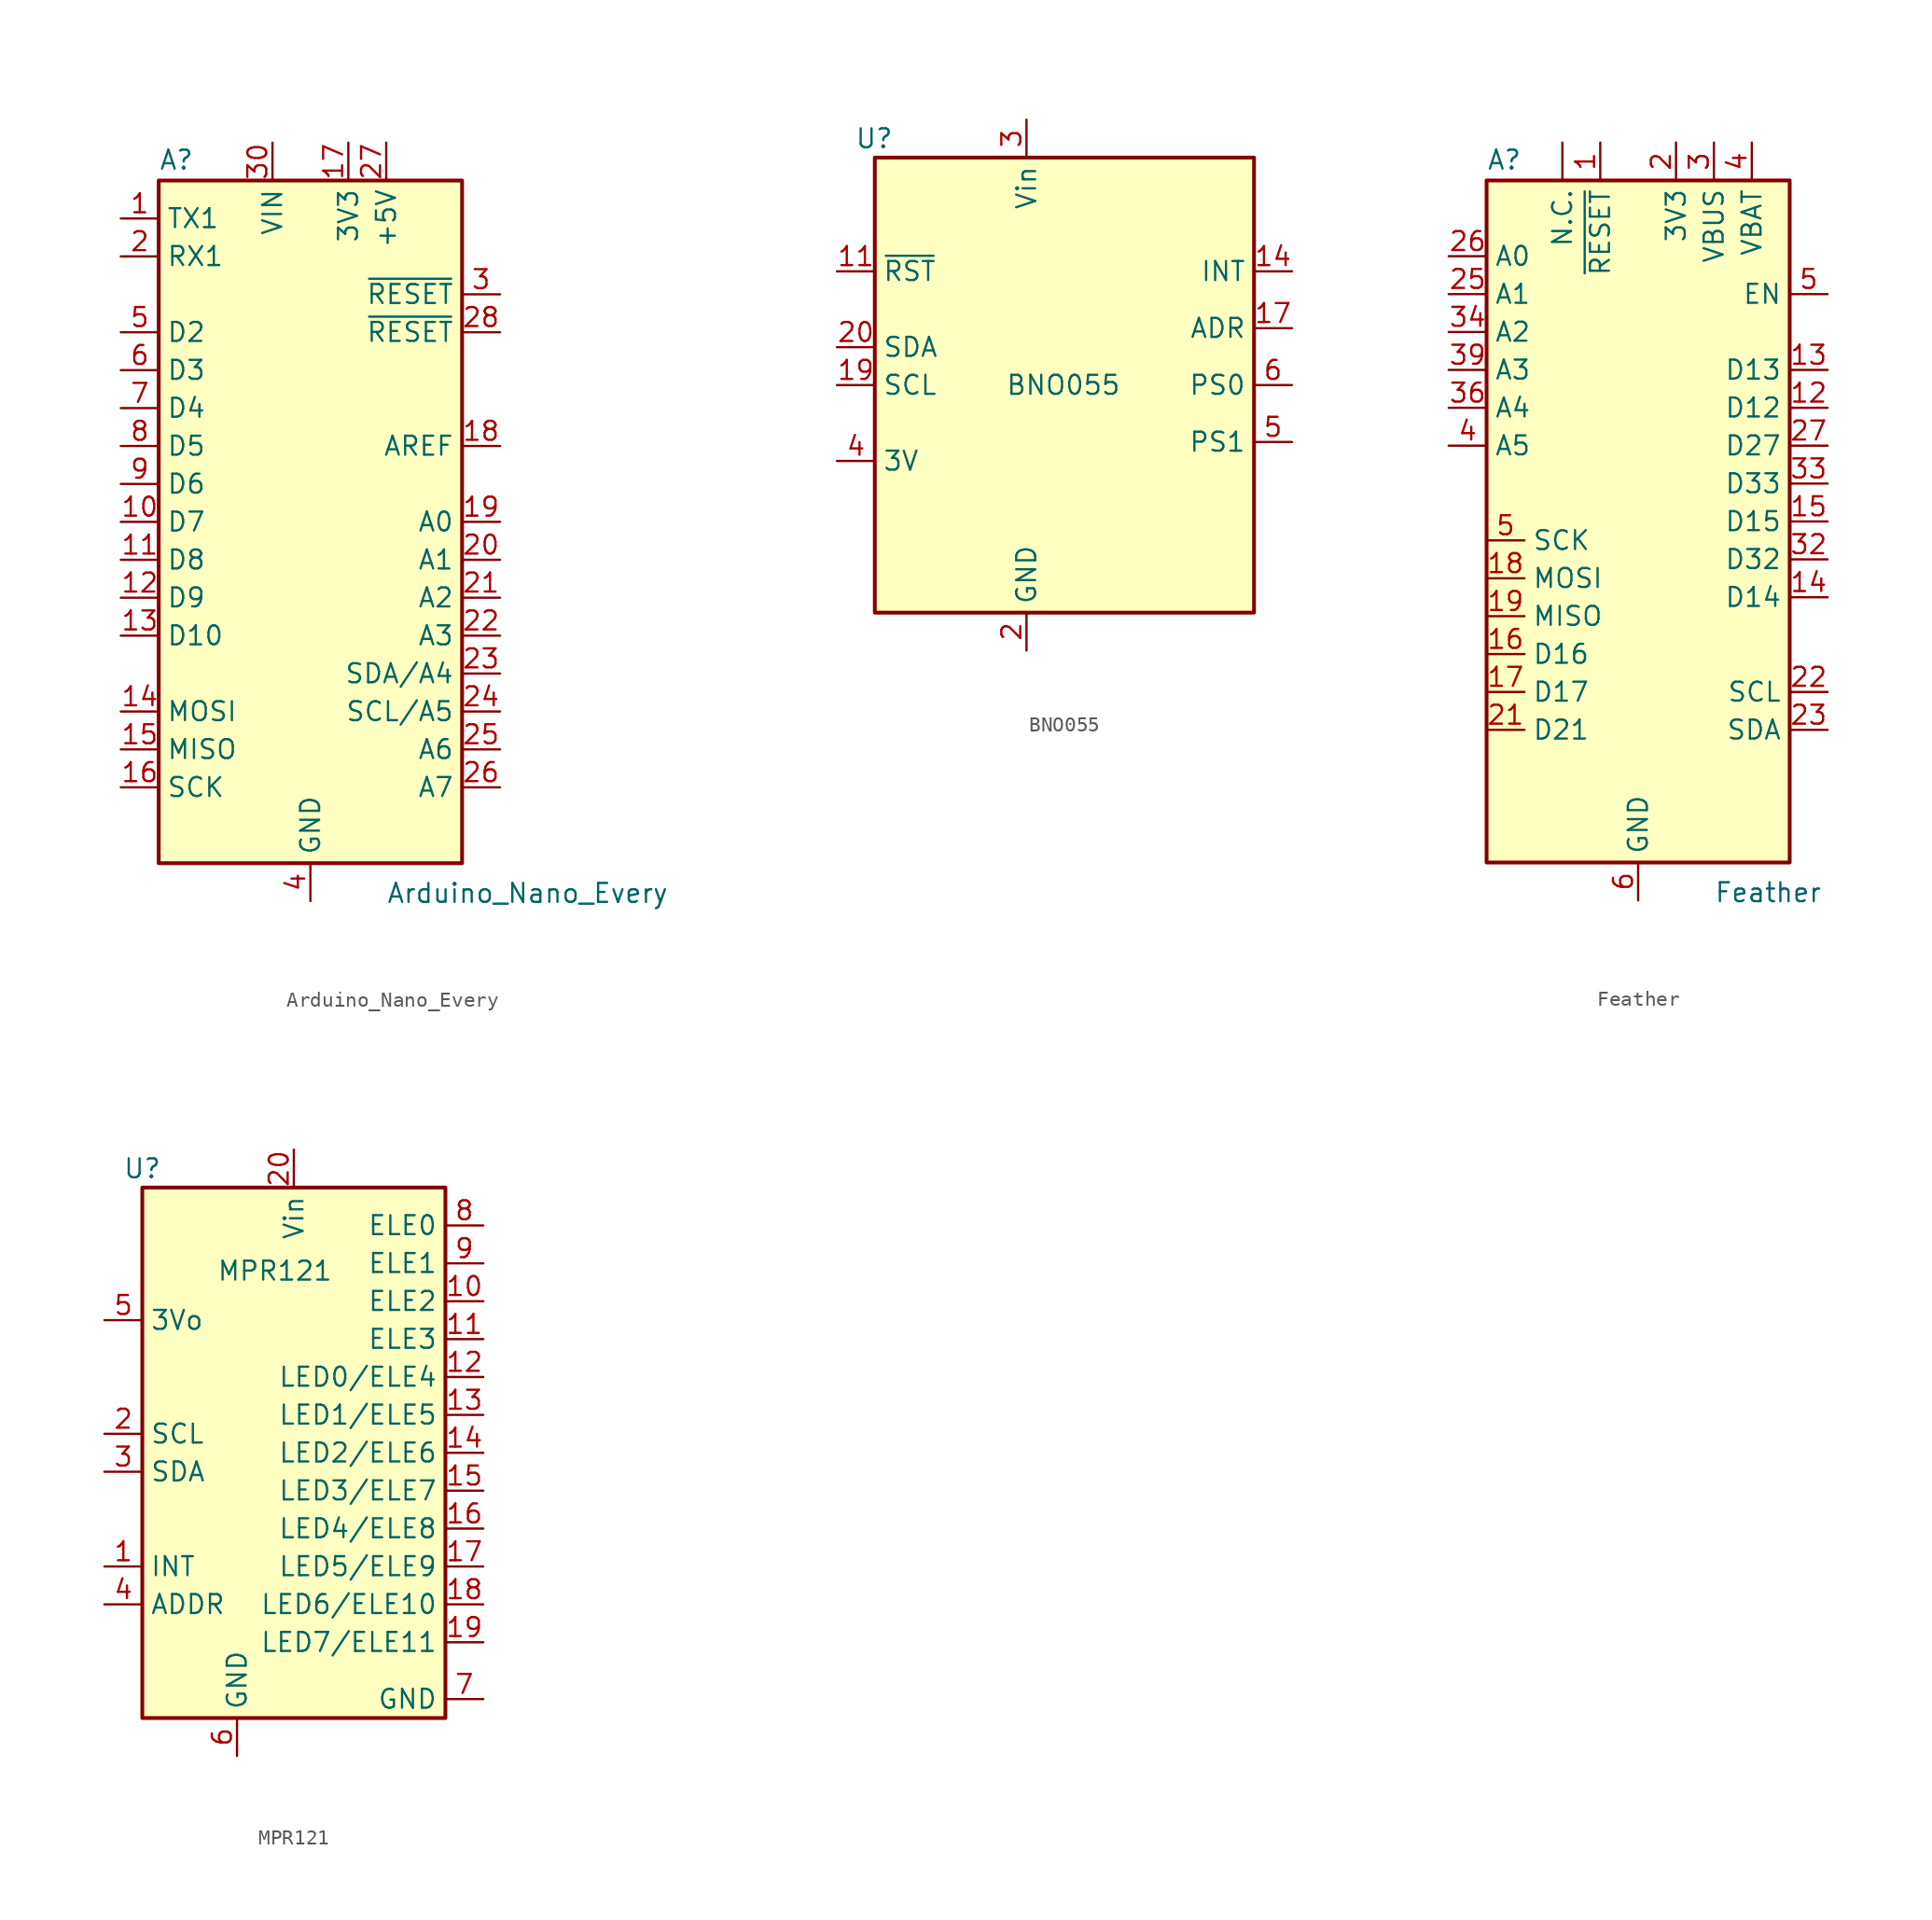
<source format=kicad_sym>
(kicad_symbol_lib
  (version 20231120)
  (generator "kicad_symbol_editor")
  (generator_version "8.0")
  (symbol "Arduino_Nano_Every"
    (property "Reference" "A"
      (at -10.16 23.495 0)
      (effects (font (size 1.27 1.27)) (justify left bottom)))
    (property "Value" "Arduino_Nano_Every"
      (at 5.08 -24.13 0)
      (effects (font (size 1.27 1.27)) (justify left top)))
    (symbol "Arduino_Nano_Every_0_1"
      (rectangle (start -10.16 22.86) (end 10.16 -22.86) (stroke (width 0.254) (type default)) (fill (type background))))
    (symbol "Arduino_Nano_Every_1_1"
      (pin bidirectional line (at -12.7 20.32 0) (length 2.54) (name "TX1" (effects (font (size 1.27 1.27)))) (number "1" (effects (font (size 1.27 1.27)))))
      (pin bidirectional line (at -12.7 0 0) (length 2.54) (name "D7" (effects (font (size 1.27 1.27)))) (number "10" (effects (font (size 1.27 1.27)))))
      (pin bidirectional line (at -12.7 -2.54 0) (length 2.54) (name "D8" (effects (font (size 1.27 1.27)))) (number "11" (effects (font (size 1.27 1.27)))))
      (pin bidirectional line (at -12.7 -5.08 0) (length 2.54) (name "D9" (effects (font (size 1.27 1.27)))) (number "12" (effects (font (size 1.27 1.27)))))
      (pin bidirectional line (at -12.7 -7.62 0) (length 2.54) (name "D10" (effects (font (size 1.27 1.27)))) (number "13" (effects (font (size 1.27 1.27)))))
      (pin bidirectional line (at -12.7 -12.7 0) (length 2.54) (name "MOSI" (effects (font (size 1.27 1.27)))) (number "14" (effects (font (size 1.27 1.27)))))
      (pin bidirectional line (at -12.7 -15.24 0) (length 2.54) (name "MISO" (effects (font (size 1.27 1.27)))) (number "15" (effects (font (size 1.27 1.27)))))
      (pin bidirectional line (at -12.7 -17.78 0) (length 2.54) (name "SCK" (effects (font (size 1.27 1.27)))) (number "16" (effects (font (size 1.27 1.27)))))
      (pin power_out line (at 2.54 25.4 270) (length 2.54) (name "3V3" (effects (font (size 1.27 1.27)))) (number "17" (effects (font (size 1.27 1.27)))))
      (pin input line (at 12.7 5.08 180) (length 2.54) (name "AREF" (effects (font (size 1.27 1.27)))) (number "18" (effects (font (size 1.27 1.27)))))
      (pin bidirectional line (at 12.7 0 180) (length 2.54) (name "A0" (effects (font (size 1.27 1.27)))) (number "19" (effects (font (size 1.27 1.27)))))
      (pin bidirectional line (at -12.7 17.78 0) (length 2.54) (name "RX1" (effects (font (size 1.27 1.27)))) (number "2" (effects (font (size 1.27 1.27)))))
      (pin bidirectional line (at 12.7 -2.54 180) (length 2.54) (name "A1" (effects (font (size 1.27 1.27)))) (number "20" (effects (font (size 1.27 1.27)))))
      (pin bidirectional line (at 12.7 -5.08 180) (length 2.54) (name "A2" (effects (font (size 1.27 1.27)))) (number "21" (effects (font (size 1.27 1.27)))))
      (pin bidirectional line (at 12.7 -7.62 180) (length 2.54) (name "A3" (effects (font (size 1.27 1.27)))) (number "22" (effects (font (size 1.27 1.27)))))
      (pin bidirectional line (at 12.7 -10.16 180) (length 2.54) (name "SDA/A4" (effects (font (size 1.27 1.27)))) (number "23" (effects (font (size 1.27 1.27)))))
      (pin bidirectional line (at 12.7 -12.7 180) (length 2.54) (name "SCL/A5" (effects (font (size 1.27 1.27)))) (number "24" (effects (font (size 1.27 1.27)))))
      (pin bidirectional line (at 12.7 -15.24 180) (length 2.54) (name "A6" (effects (font (size 1.27 1.27)))) (number "25" (effects (font (size 1.27 1.27)))))
      (pin bidirectional line (at 12.7 -17.78 180) (length 2.54) (name "A7" (effects (font (size 1.27 1.27)))) (number "26" (effects (font (size 1.27 1.27)))))
      (pin power_out line (at 5.08 25.4 270) (length 2.54) (name "+5V" (effects (font (size 1.27 1.27)))) (number "27" (effects (font (size 1.27 1.27)))))
      (pin input line (at 12.7 12.7 180) (length 2.54) (name "~{RESET}" (effects (font (size 1.27 1.27)))) (number "28" (effects (font (size 1.27 1.27)))))
      (pin passive line (at 0 -25.4 90) (length 2.54) hide (name "GND" (effects (font (size 1.27 1.27)))) (number "29" (effects (font (size 1.27 1.27)))))
      (pin input line (at 12.7 15.24 180) (length 2.54) (name "~{RESET}" (effects (font (size 1.27 1.27)))) (number "3" (effects (font (size 1.27 1.27)))))
      (pin power_in line (at -2.54 25.4 270) (length 2.54) (name "VIN" (effects (font (size 1.27 1.27)))) (number "30" (effects (font (size 1.27 1.27)))))
      (pin power_in line (at 0 -25.4 90) (length 2.54) (name "GND" (effects (font (size 1.27 1.27)))) (number "4" (effects (font (size 1.27 1.27)))))
      (pin bidirectional line (at -12.7 12.7 0) (length 2.54) (name "D2" (effects (font (size 1.27 1.27)))) (number "5" (effects (font (size 1.27 1.27)))))
      (pin bidirectional line (at -12.7 10.16 0) (length 2.54) (name "D3" (effects (font (size 1.27 1.27)))) (number "6" (effects (font (size 1.27 1.27)))))
      (pin bidirectional line (at -12.7 7.62 0) (length 2.54) (name "D4" (effects (font (size 1.27 1.27)))) (number "7" (effects (font (size 1.27 1.27)))))
      (pin bidirectional line (at -12.7 5.08 0) (length 2.54) (name "D5" (effects (font (size 1.27 1.27)))) (number "8" (effects (font (size 1.27 1.27)))))
      (pin bidirectional line (at -12.7 2.54 0) (length 2.54) (name "D6" (effects (font (size 1.27 1.27)))) (number "9" (effects (font (size 1.27 1.27)))))))
  (symbol "BNO055"
    (property "Reference" "U"
      (at -11.43 16.51 0)
      (effects (font (size 1.27 1.27)) (justify right)))
    (property "Value" "BNO055"
      (at 3.81 0 0)
      (effects (font (size 1.27 1.27)) (justify right)))
    (symbol "BNO055_0_1"
      (rectangle (start -12.7 15.24) (end 12.7 -15.24) (stroke (width 0.254) (type default)) (fill (type background))))
    (symbol "BNO055_1_1"
      (pin input line (at -15.24 7.62 0) (length 2.54) (name "~{RST}" (effects (font (size 1.27 1.27)))) (number "11" (effects (font (size 1.27 1.27)))))
      (pin output line (at 15.24 7.62 180) (length 2.54) (name "INT" (effects (font (size 1.27 1.27)))) (number "14" (effects (font (size 1.27 1.27)))))
      (pin output line (at 15.24 3.81 180) (length 2.54) (name "ADR" (effects (font (size 1.27 1.27)))) (number "17" (effects (font (size 1.27 1.27)))))
      (pin output line (at -15.24 0 0) (length 2.54) (name "SCL" (effects (font (size 1.27 1.27)))) (number "19" (effects (font (size 1.27 1.27)))))
      (pin power_in line (at -2.54 -17.78 90) (length 2.54) (name "GND" (effects (font (size 1.27 1.27)))) (number "2" (effects (font (size 1.27 1.27)))))
      (pin output line (at -15.24 2.54 0) (length 2.54) (name "SDA" (effects (font (size 1.27 1.27)))) (number "20" (effects (font (size 1.27 1.27)))))
      (pin power_in line (at -2.54 17.78 270) (length 2.54) (name "Vin" (effects (font (size 1.27 1.27)))) (number "3" (effects (font (size 1.27 1.27)))))
      (pin output line (at -15.24 -5.08 0) (length 2.54) (name "3V" (effects (font (size 1.27 1.27)))) (number "4" (effects (font (size 1.27 1.27)))))
      (pin output line (at 15.24 -3.81 180) (length 2.54) (name "PS1" (effects (font (size 1.27 1.27)))) (number "5" (effects (font (size 1.27 1.27)))))
      (pin output line (at 15.24 0 180) (length 2.54) (name "PS0" (effects (font (size 1.27 1.27)))) (number "6" (effects (font (size 1.27 1.27)))))))
  (symbol "Feather"
    (property "Reference" "A"
      (at -10.16 23.495 0)
      (effects (font (size 1.27 1.27)) (justify left bottom)))
    (property "Value" "Feather"
      (at 5.08 -24.13 0)
      (effects (font (size 1.27 1.27)) (justify left top)))
    (symbol "Feather_0_1"
      (rectangle (start -10.16 22.86) (end 10.16 -22.86) (stroke (width 0.254) (type default)) (fill (type background))))
    (symbol "Feather_1_1"
      (pin input line (at -5.08 25.4 270) (length 2.54) (name "N.C." (effects (font (size 1.27 1.27)))) (number "" (effects (font (size 1.27 1.27)))))
      (pin input line (at -2.54 25.4 270) (length 2.54) (name "~{RESET}" (effects (font (size 1.27 1.27)))) (number "1" (effects (font (size 1.27 1.27)))))
      (pin bidirectional line (at 12.7 7.62 180) (length 2.54) (name "D12" (effects (font (size 1.27 1.27)))) (number "12" (effects (font (size 1.27 1.27)))))
      (pin bidirectional line (at 12.7 10.16 180) (length 2.54) (name "D13" (effects (font (size 1.27 1.27)))) (number "13" (effects (font (size 1.27 1.27)))))
      (pin bidirectional line (at 12.7 -5.08 180) (length 2.54) (name "D14" (effects (font (size 1.27 1.27)))) (number "14" (effects (font (size 1.27 1.27)))))
      (pin bidirectional line (at 12.7 0 180) (length 2.54) (name "D15" (effects (font (size 1.27 1.27)))) (number "15" (effects (font (size 1.27 1.27)))))
      (pin bidirectional line (at -10.16 -8.89 0) (length 2.54) (name "D16" (effects (font (size 1.27 1.27)))) (number "16" (effects (font (size 1.27 1.27)))))
      (pin bidirectional line (at -10.16 -11.43 0) (length 2.54) (name "D17" (effects (font (size 1.27 1.27)))) (number "17" (effects (font (size 1.27 1.27)))))
      (pin bidirectional line (at -10.16 -3.81 0) (length 2.54) (name "MOSI" (effects (font (size 1.27 1.27)))) (number "18" (effects (font (size 1.27 1.27)))))
      (pin bidirectional line (at -10.16 -6.35 0) (length 2.54) (name "MISO" (effects (font (size 1.27 1.27)))) (number "19" (effects (font (size 1.27 1.27)))))
      (pin power_out line (at 2.54 25.4 270) (length 2.54) (name "3V3" (effects (font (size 1.27 1.27)))) (number "2" (effects (font (size 1.27 1.27)))))
      (pin bidirectional line (at -10.16 -13.97 0) (length 2.54) (name "D21" (effects (font (size 1.27 1.27)))) (number "21" (effects (font (size 1.27 1.27)))))
      (pin bidirectional line (at 12.7 -11.43 180) (length 2.54) (name "SCL" (effects (font (size 1.27 1.27)))) (number "22" (effects (font (size 1.27 1.27)))))
      (pin bidirectional line (at 12.7 -13.97 180) (length 2.54) (name "SDA" (effects (font (size 1.27 1.27)))) (number "23" (effects (font (size 1.27 1.27)))))
      (pin bidirectional line (at -12.7 15.24 0) (length 2.54) (name "A1" (effects (font (size 1.27 1.27)))) (number "25" (effects (font (size 1.27 1.27)))))
      (pin bidirectional line (at -12.7 17.78 0) (length 2.54) (name "A0" (effects (font (size 1.27 1.27)))) (number "26" (effects (font (size 1.27 1.27)))))
      (pin bidirectional line (at 12.7 5.08 180) (length 2.54) (name "D27" (effects (font (size 1.27 1.27)))) (number "27" (effects (font (size 1.27 1.27)))))
      (pin power_out line (at 5.08 25.4 270) (length 2.54) (name "VBUS" (effects (font (size 1.27 1.27)))) (number "3" (effects (font (size 1.27 1.27)))))
      (pin bidirectional line (at 12.7 -2.54 180) (length 2.54) (name "D32" (effects (font (size 1.27 1.27)))) (number "32" (effects (font (size 1.27 1.27)))))
      (pin bidirectional line (at 12.7 2.54 180) (length 2.54) (name "D33" (effects (font (size 1.27 1.27)))) (number "33" (effects (font (size 1.27 1.27)))))
      (pin bidirectional line (at -12.7 12.7 0) (length 2.54) (name "A2" (effects (font (size 1.27 1.27)))) (number "34" (effects (font (size 1.27 1.27)))))
      (pin bidirectional line (at -12.7 7.62 0) (length 2.54) (name "A4" (effects (font (size 1.27 1.27)))) (number "36" (effects (font (size 1.27 1.27)))))
      (pin bidirectional line (at -12.7 10.16 0) (length 2.54) (name "A3" (effects (font (size 1.27 1.27)))) (number "39" (effects (font (size 1.27 1.27)))))
      (pin bidirectional line (at -12.7 5.08 0) (length 2.54) (name "A5" (effects (font (size 1.27 1.27)))) (number "4" (effects (font (size 1.27 1.27)))))
      (pin power_out line (at 7.62 25.4 270) (length 2.54) (name "VBAT" (effects (font (size 1.27 1.27)))) (number "4" (effects (font (size 1.27 1.27)))))
      (pin bidirectional line (at 12.7 15.24 180) (length 2.54) (name "EN" (effects (font (size 1.27 1.27)))) (number "5" (effects (font (size 1.27 1.27)))))
      (pin bidirectional line (at -10.16 -1.27 0) (length 2.54) (name "SCK" (effects (font (size 1.27 1.27)))) (number "5" (effects (font (size 1.27 1.27)))))
      (pin power_in line (at 0 -25.4 90) (length 2.54) (name "GND" (effects (font (size 1.27 1.27)))) (number "6" (effects (font (size 1.27 1.27)))))))
  (symbol "MPR121"
    (property "Reference" "U"
      (at -10.16 19.05 0)
      (effects (font (size 1.27 1.27))))
    (property "Value" "MPR121"
      (at -1.27 12.192 0)
      (effects (font (size 1.27 1.27))))
    (symbol "MPR121_0_1"
      (rectangle (start -10.16 17.78) (end 10.16 -17.78) (stroke (width 0.254) (type default)) (fill (type background))))
    (symbol "MPR121_1_1"
      (pin open_collector line (at -12.7 -7.62 0) (length 2.54) (name "INT" (effects (font (size 1.27 1.27)))) (number "1" (effects (font (size 1.27 1.27)))))
      (pin passive line (at 12.7 10.16 180) (length 2.54) (name "ELE2" (effects (font (size 1.27 1.27)))) (number "10" (effects (font (size 1.27 1.27)))))
      (pin passive line (at 12.7 7.62 180) (length 2.54) (name "ELE3" (effects (font (size 1.27 1.27)))) (number "11" (effects (font (size 1.27 1.27)))))
      (pin passive line (at 12.7 5.08 180) (length 2.54) (name "LED0/ELE4" (effects (font (size 1.27 1.27)))) (number "12" (effects (font (size 1.27 1.27)))))
      (pin passive line (at 12.7 2.54 180) (length 2.54) (name "LED1/ELE5" (effects (font (size 1.27 1.27)))) (number "13" (effects (font (size 1.27 1.27)))))
      (pin passive line (at 12.7 0 180) (length 2.54) (name "LED2/ELE6" (effects (font (size 1.27 1.27)))) (number "14" (effects (font (size 1.27 1.27)))))
      (pin passive line (at 12.7 -2.54 180) (length 2.54) (name "LED3/ELE7" (effects (font (size 1.27 1.27)))) (number "15" (effects (font (size 1.27 1.27)))))
      (pin passive line (at 12.7 -5.08 180) (length 2.54) (name "LED4/ELE8" (effects (font (size 1.27 1.27)))) (number "16" (effects (font (size 1.27 1.27)))))
      (pin passive line (at 12.7 -7.62 180) (length 2.54) (name "LED5/ELE9" (effects (font (size 1.27 1.27)))) (number "17" (effects (font (size 1.27 1.27)))))
      (pin passive line (at 12.7 -10.16 180) (length 2.54) (name "LED6/ELE10" (effects (font (size 1.27 1.27)))) (number "18" (effects (font (size 1.27 1.27)))))
      (pin passive line (at 12.7 -12.7 180) (length 2.54) (name "LED7/ELE11" (effects (font (size 1.27 1.27)))) (number "19" (effects (font (size 1.27 1.27)))))
      (pin input line (at -12.7 1.27 0) (length 2.54) (name "SCL" (effects (font (size 1.27 1.27)))) (number "2" (effects (font (size 1.27 1.27)))))
      (pin power_in line (at 0 20.32 270) (length 2.54) (name "Vin" (effects (font (size 1.27 1.27)))) (number "20" (effects (font (size 1.27 1.27)))))
      (pin bidirectional line (at -12.7 -1.27 0) (length 2.54) (name "SDA" (effects (font (size 1.27 1.27)))) (number "3" (effects (font (size 1.27 1.27)))))
      (pin input line (at -12.7 -10.16 0) (length 2.54) (name "ADDR" (effects (font (size 1.27 1.27)))) (number "4" (effects (font (size 1.27 1.27)))))
      (pin passive line (at -12.7 8.89 0) (length 2.54) (name "3Vo" (effects (font (size 1.27 1.27)))) (number "5" (effects (font (size 1.27 1.27)))))
      (pin power_in line (at -3.81 -20.32 90) (length 2.54) (name "GND" (effects (font (size 1.27 1.27)))) (number "6" (effects (font (size 1.27 1.27)))))
      (pin power_in line (at 12.7 -16.51 180) (length 2.54) (name "GND" (effects (font (size 1.27 1.27)))) (number "7" (effects (font (size 1.27 1.27)))))
      (pin passive line (at 12.7 15.24 180) (length 2.54) (name "ELE0" (effects (font (size 1.27 1.27)))) (number "8" (effects (font (size 1.27 1.27)))))
      (pin passive line (at 12.7 12.7 180) (length 2.54) (name "ELE1" (effects (font (size 1.27 1.27)))) (number "9" (effects (font (size 1.27 1.27))))))))
</source>
